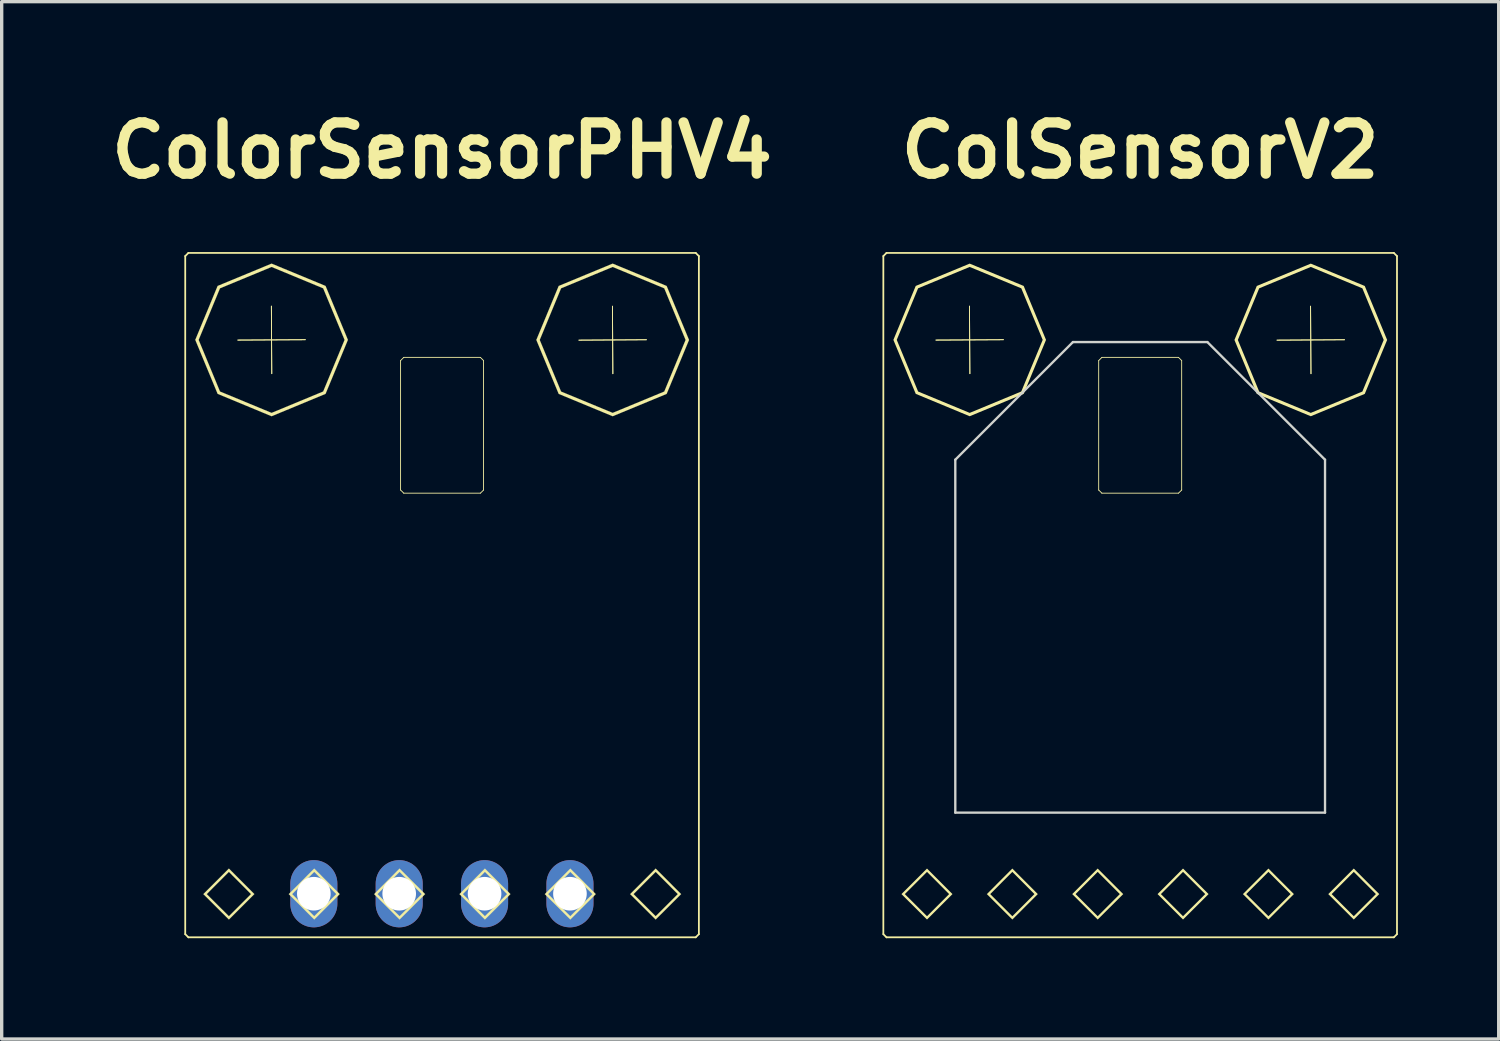
<source format=kicad_pcb>
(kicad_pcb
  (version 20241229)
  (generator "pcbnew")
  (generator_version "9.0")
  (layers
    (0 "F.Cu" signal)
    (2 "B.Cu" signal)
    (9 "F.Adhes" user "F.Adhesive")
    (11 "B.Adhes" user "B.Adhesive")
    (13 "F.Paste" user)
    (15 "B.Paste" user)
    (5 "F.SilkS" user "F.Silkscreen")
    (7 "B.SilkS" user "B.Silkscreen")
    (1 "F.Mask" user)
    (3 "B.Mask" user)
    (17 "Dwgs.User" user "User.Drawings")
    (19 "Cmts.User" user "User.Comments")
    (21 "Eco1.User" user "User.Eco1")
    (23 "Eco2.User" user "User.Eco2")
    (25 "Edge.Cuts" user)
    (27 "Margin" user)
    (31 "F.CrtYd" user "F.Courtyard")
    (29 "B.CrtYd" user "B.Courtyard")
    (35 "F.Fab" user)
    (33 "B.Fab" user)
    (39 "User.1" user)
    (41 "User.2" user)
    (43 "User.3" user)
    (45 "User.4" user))
  (footprint "ColSensorV2"
    (layer "F.Cu")
    (at 30.872 14.656)
    (property "Reference" "ColSensorV2" (at 0 -13.229 0) (layer "F.SilkS") (effects (font (size 1.524 1.524) (thickness 0.305))))
    (attr smd)
    (fp_line (start -7.641 -10.087) (end -7.547 -10.181) (stroke (width 0.053) (type solid)) (layer "F.SilkS"))
    (fp_line (start -7.641 10.087) (end -7.641 -10.087) (stroke (width 0.053) (type solid)) (layer "F.SilkS"))
    (fp_line (start -7.547 -10.181) (end 7.547 -10.181) (stroke (width 0.053) (type solid)) (layer "F.SilkS"))
    (fp_line (start -7.547 10.181) (end -7.641 10.087) (stroke (width 0.053) (type solid)) (layer "F.SilkS"))
    (fp_line (start -6.076 -7.588) (end -4.068 -7.599) (stroke (width 0.026) (type solid)) (layer "F.SilkS"))
    (fp_line (start -5.078 -8.597) (end -5.066 -6.589) (stroke (width 0.026) (type solid)) (layer "F.SilkS"))
    (fp_line (start -5.066 -6.589) (end -5.078 -8.597) (stroke (width 0.026) (type solid)) (layer "F.SilkS"))
    (fp_line (start -4.068 -7.599) (end -6.076 -7.588) (stroke (width 0.026) (type solid)) (layer "F.SilkS"))
    (fp_line (start -1.234 -6.978) (end -1.139 -7.073) (stroke (width 0.026) (type solid)) (layer "F.SilkS"))
    (fp_line (start -1.234 -3.127) (end -1.234 -6.978) (stroke (width 0.026) (type solid)) (layer "F.SilkS"))
    (fp_line (start -1.139 -7.073) (end 1.14 -7.073) (stroke (width 0.026) (type solid)) (layer "F.SilkS"))
    (fp_line (start -1.139 -3.033) (end -1.234 -3.127) (stroke (width 0.026) (type solid)) (layer "F.SilkS"))
    (fp_line (start 1.14 -7.073) (end 1.235 -6.978) (stroke (width 0.026) (type solid)) (layer "F.SilkS"))
    (fp_line (start 1.14 -3.033) (end -1.139 -3.033) (stroke (width 0.026) (type solid)) (layer "F.SilkS"))
    (fp_line (start 1.235 -6.978) (end 1.235 -3.127) (stroke (width 0.026) (type solid)) (layer "F.SilkS"))
    (fp_line (start 1.235 -3.127) (end 1.14 -3.033) (stroke (width 0.026) (type solid)) (layer "F.SilkS"))
    (fp_line (start 4.072 -7.586) (end 6.08 -7.598) (stroke (width 0.026) (type solid)) (layer "F.SilkS"))
    (fp_line (start 5.07 -8.596) (end 5.082 -6.588) (stroke (width 0.026) (type solid)) (layer "F.SilkS"))
    (fp_line (start 5.082 -6.588) (end 5.07 -8.596) (stroke (width 0.026) (type solid)) (layer "F.SilkS"))
    (fp_line (start 6.08 -7.598) (end 4.072 -7.586) (stroke (width 0.026) (type solid)) (layer "F.SilkS"))
    (fp_line (start 7.547 -10.181) (end 7.641 -10.087) (stroke (width 0.053) (type solid)) (layer "F.SilkS"))
    (fp_line (start 7.547 10.181) (end -7.547 10.181) (stroke (width 0.053) (type solid)) (layer "F.SilkS"))
    (fp_line (start 7.641 -10.087) (end 7.641 10.087) (stroke (width 0.053) (type solid)) (layer "F.SilkS"))
    (fp_line (start 7.641 10.087) (end 7.547 10.181) (stroke (width 0.053) (type solid)) (layer "F.SilkS"))
    (fp_poly (pts (xy -6.342 8.135) (xy -6.342 8.234) (xy -5.684 8.895) (xy -6.342 9.553) (xy -7.002 8.895) (xy -6.342 8.234) (xy -6.342 8.135) (xy -7.102 8.895) (xy -6.342 9.652) (xy -5.584 8.895) (xy -6.342 8.135)) (stroke (width 0) (type solid)) (fill yes) (layer "F.SilkS"))
    (fp_poly (pts (xy -3.803 8.135) (xy -3.803 8.234) (xy -3.145 8.895) (xy -3.803 9.553) (xy -4.461 8.895) (xy -3.803 8.234) (xy -3.803 8.135) (xy -4.561 8.895) (xy -3.803 9.652) (xy -3.045 8.895) (xy -3.803 8.135)) (stroke (width 0) (type solid)) (fill yes) (layer "F.SilkS"))
    (fp_poly (pts (xy -1.264 8.135) (xy -1.264 8.234) (xy -0.605 8.895) (xy -1.264 9.553) (xy -1.922 8.895) (xy -1.264 8.234) (xy -1.264 8.135) (xy -2.021 8.895) (xy -1.264 9.652) (xy -0.504 8.895) (xy -1.264 8.135)) (stroke (width 0) (type solid)) (fill yes) (layer "F.SilkS"))
    (fp_poly (pts (xy 1.275 8.135) (xy 1.275 8.234) (xy 1.936 8.895) (xy 1.275 9.553) (xy 0.617 8.895) (xy 1.275 8.234) (xy 1.275 8.135) (xy 0.518 8.895) (xy 1.275 9.652) (xy 2.035 8.895) (xy 1.275 8.135)) (stroke (width 0) (type solid)) (fill yes) (layer "F.SilkS"))
    (fp_poly (pts (xy 3.816 8.135) (xy 3.816 8.234) (xy 4.475 8.895) (xy 3.816 9.553) (xy 3.156 8.895) (xy 3.816 8.234) (xy 3.816 8.135) (xy 3.057 8.895) (xy 3.816 9.652) (xy 4.574 8.895) (xy 3.816 8.135)) (stroke (width 0) (type solid)) (fill yes) (layer "F.SilkS"))
    (fp_poly (pts (xy 6.355 8.135) (xy 6.355 8.234) (xy 7.014 8.895) (xy 6.355 9.553) (xy 5.697 8.895) (xy 6.355 8.234) (xy 6.355 8.135) (xy 5.596 8.895) (xy 6.355 9.652) (xy 7.113 8.895) (xy 6.355 8.135)) (stroke (width 0) (type solid)) (fill yes) (layer "F.SilkS"))
    (fp_poly (pts (xy -5.072 -9.863) (xy -5.072 -9.764) (xy -3.537 -9.128) (xy -2.9 -7.594) (xy -3.537 -6.058) (xy -5.072 -5.422) (xy -6.607 -6.058) (xy -7.242 -7.594) (xy -6.607 -9.128) (xy -5.072 -9.764) (xy -5.072 -9.863) (xy -6.677 -9.199) (xy -7.342 -7.594) (xy -6.677 -5.988) (xy -5.072 -5.322) (xy -3.466 -5.988) (xy -2.801 -7.594) (xy -3.466 -9.199) (xy -5.072 -9.863)) (stroke (width 0) (type solid)) (fill yes) (layer "F.SilkS"))
    (fp_poly (pts (xy 5.076 -9.863) (xy 5.076 -9.764) (xy 6.611 -9.128) (xy 7.246 -7.592) (xy 6.611 -6.057) (xy 5.076 -5.422) (xy 3.541 -6.057) (xy 2.906 -7.592) (xy 3.541 -9.128) (xy 5.076 -9.764) (xy 5.076 -9.863) (xy 3.47 -9.198) (xy 2.805 -7.592) (xy 3.47 -5.987) (xy 5.076 -5.322) (xy 6.682 -5.987) (xy 7.348 -7.592) (xy 6.682 -9.198) (xy 5.076 -9.863)) (stroke (width 0) (type solid)) (fill yes) (layer "F.SilkS"))
    (fp_line (start -5.5 -4.029) (end -5.5 6.471) (stroke (width 0.07) (type solid)) (layer "Edge.Cuts"))
    (fp_line (start -5.5 6.471) (end 5.5 6.471) (stroke (width 0.07) (type solid)) (layer "Edge.Cuts"))
    (fp_line (start -2 -7.529) (end -5.5 -4.029) (stroke (width 0.07) (type solid)) (layer "Edge.Cuts"))
    (fp_line (start 2 -7.529) (end -2 -7.529) (stroke (width 0.07) (type solid)) (layer "Edge.Cuts"))
    (fp_line (start 5.5 -4.029) (end 2 -7.529) (stroke (width 0.07) (type solid)) (layer "Edge.Cuts"))
    (fp_line (start 5.5 6.471) (end 5.5 -4.029) (stroke (width 0.07) (type solid)) (layer "Edge.Cuts")))
  (footprint "ColorSensorPHV4"
    (layer "F.Cu")
    (at 10.102 14.656)
    (property "Reference" "ColorSensorPHV4" (at 0 -13.229 0) (layer "F.SilkS") (effects (font (size 1.524 1.524) (thickness 0.305))))
    (attr through_hole)
    (fp_line (start -7.641 -10.087) (end -7.547 -10.181) (stroke (width 0.053) (type solid)) (layer "F.SilkS"))
    (fp_line (start -7.641 10.087) (end -7.641 -10.087) (stroke (width 0.053) (type solid)) (layer "F.SilkS"))
    (fp_line (start -7.547 -10.181) (end 7.547 -10.181) (stroke (width 0.053) (type solid)) (layer "F.SilkS"))
    (fp_line (start -7.547 10.181) (end -7.641 10.087) (stroke (width 0.053) (type solid)) (layer "F.SilkS"))
    (fp_line (start -6.076 -7.588) (end -4.068 -7.599) (stroke (width 0.026) (type solid)) (layer "F.SilkS"))
    (fp_line (start -5.078 -8.597) (end -5.066 -6.589) (stroke (width 0.026) (type solid)) (layer "F.SilkS"))
    (fp_line (start -5.066 -6.589) (end -5.078 -8.597) (stroke (width 0.026) (type solid)) (layer "F.SilkS"))
    (fp_line (start -4.068 -7.599) (end -6.076 -7.588) (stroke (width 0.026) (type solid)) (layer "F.SilkS"))
    (fp_line (start -1.234 -6.978) (end -1.139 -7.073) (stroke (width 0.026) (type solid)) (layer "F.SilkS"))
    (fp_line (start -1.234 -3.127) (end -1.234 -6.978) (stroke (width 0.026) (type solid)) (layer "F.SilkS"))
    (fp_line (start -1.139 -7.073) (end 1.14 -7.073) (stroke (width 0.026) (type solid)) (layer "F.SilkS"))
    (fp_line (start -1.139 -3.033) (end -1.234 -3.127) (stroke (width 0.026) (type solid)) (layer "F.SilkS"))
    (fp_line (start 1.14 -3.033) (end -1.139 -3.033) (stroke (width 0.026) (type solid)) (layer "F.SilkS"))
    (fp_line (start 1.14 -7.073) (end 1.235 -6.978) (stroke (width 0.026) (type solid)) (layer "F.SilkS"))
    (fp_line (start 1.235 -6.978) (end 1.235 -3.127) (stroke (width 0.026) (type solid)) (layer "F.SilkS"))
    (fp_line (start 1.235 -3.127) (end 1.14 -3.033) (stroke (width 0.026) (type solid)) (layer "F.SilkS"))
    (fp_line (start 4.072 -7.586) (end 6.08 -7.598) (stroke (width 0.026) (type solid)) (layer "F.SilkS"))
    (fp_line (start 5.07 -8.596) (end 5.082 -6.588) (stroke (width 0.026) (type solid)) (layer "F.SilkS"))
    (fp_line (start 5.082 -6.588) (end 5.07 -8.596) (stroke (width 0.026) (type solid)) (layer "F.SilkS"))
    (fp_line (start 6.08 -7.598) (end 4.072 -7.586) (stroke (width 0.026) (type solid)) (layer "F.SilkS"))
    (fp_line (start 7.547 -10.181) (end 7.641 -10.087) (stroke (width 0.053) (type solid)) (layer "F.SilkS"))
    (fp_line (start 7.547 10.181) (end -7.547 10.181) (stroke (width 0.053) (type solid)) (layer "F.SilkS"))
    (fp_line (start 7.641 -10.087) (end 7.641 10.087) (stroke (width 0.053) (type solid)) (layer "F.SilkS"))
    (fp_line (start 7.641 10.087) (end 7.547 10.181) (stroke (width 0.053) (type solid)) (layer "F.SilkS"))
    (fp_poly (pts (xy -6.342 8.135) (xy -6.342 8.234) (xy -5.684 8.895) (xy -6.342 9.553) (xy -7.002 8.895) (xy -6.342 8.234) (xy -6.342 8.135) (xy -7.102 8.895) (xy -6.342 9.652) (xy -5.584 8.895) (xy -6.342 8.135)) (stroke (width 0.003) (type solid)) (fill yes) (layer "F.SilkS"))
    (fp_poly (pts (xy -3.803 8.135) (xy -3.803 8.234) (xy -3.145 8.895) (xy -3.803 9.553) (xy -4.461 8.895) (xy -3.803 8.234) (xy -3.803 8.135) (xy -4.561 8.895) (xy -3.803 9.652) (xy -3.045 8.895) (xy -3.803 8.135)) (stroke (width 0.003) (type solid)) (fill yes) (layer "F.SilkS"))
    (fp_poly (pts (xy -1.264 8.135) (xy -1.264 8.234) (xy -0.605 8.895) (xy -1.264 9.553) (xy -1.922 8.895) (xy -1.264 8.234) (xy -1.264 8.135) (xy -2.021 8.895) (xy -1.264 9.652) (xy -0.504 8.895) (xy -1.264 8.135)) (stroke (width 0.003) (type solid)) (fill yes) (layer "F.SilkS"))
    (fp_poly (pts (xy 1.275 8.135) (xy 1.275 8.234) (xy 1.936 8.895) (xy 1.275 9.553) (xy 0.617 8.895) (xy 1.275 8.234) (xy 1.275 8.135) (xy 0.518 8.895) (xy 1.275 9.652) (xy 2.035 8.895) (xy 1.275 8.135)) (stroke (width 0.003) (type solid)) (fill yes) (layer "F.SilkS"))
    (fp_poly (pts (xy 3.816 8.135) (xy 3.816 8.234) (xy 4.475 8.895) (xy 3.816 9.553) (xy 3.156 8.895) (xy 3.816 8.234) (xy 3.816 8.135) (xy 3.057 8.895) (xy 3.816 9.652) (xy 4.574 8.895) (xy 3.816 8.135)) (stroke (width 0.003) (type solid)) (fill yes) (layer "F.SilkS"))
    (fp_poly (pts (xy 6.355 8.135) (xy 6.355 8.234) (xy 7.014 8.895) (xy 6.355 9.553) (xy 5.697 8.895) (xy 6.355 8.234) (xy 6.355 8.135) (xy 5.596 8.895) (xy 6.355 9.652) (xy 7.113 8.895) (xy 6.355 8.135)) (stroke (width 0.003) (type solid)) (fill yes) (layer "F.SilkS"))
    (fp_poly (pts (xy -5.072 -9.863) (xy -5.072 -9.764) (xy -3.537 -9.128) (xy -2.9 -7.594) (xy -3.537 -6.058) (xy -5.072 -5.422) (xy -6.607 -6.058) (xy -7.242 -7.594) (xy -6.607 -9.128) (xy -5.072 -9.764) (xy -5.072 -9.863) (xy -6.677 -9.199) (xy -7.342 -7.594) (xy -6.677 -5.988) (xy -5.072 -5.322) (xy -3.466 -5.988) (xy -2.801 -7.594) (xy -3.466 -9.199) (xy -5.072 -9.863)) (stroke (width 0.003) (type solid)) (fill yes) (layer "F.SilkS"))
    (fp_poly (pts (xy 5.076 -9.863) (xy 5.076 -9.764) (xy 6.611 -9.128) (xy 7.246 -7.592) (xy 6.611 -6.057) (xy 5.076 -5.422) (xy 3.541 -6.057) (xy 2.906 -7.592) (xy 3.541 -9.128) (xy 5.076 -9.764) (xy 5.076 -9.863) (xy 3.47 -9.198) (xy 2.805 -7.592) (xy 3.47 -5.987) (xy 5.076 -5.322) (xy 6.682 -5.987) (xy 7.348 -7.592) (xy 6.682 -9.198) (xy 5.076 -9.863)) (stroke (width 0.003) (type solid)) (fill yes) (layer "F.SilkS"))
    (pad "1" thru_hole oval (at 3.805 8.884 180) (size 1.4 2) (drill 1) (layers "*.Cu" "*.Mask"))
    (pad "2" thru_hole oval (at 1.265 8.884 180) (size 1.4 2) (drill 1) (layers "*.Cu" "*.Mask"))
    (pad "3" thru_hole oval (at -1.275 8.884 180) (size 1.4 2) (drill 1) (layers "*.Cu" "*.Mask"))
    (pad "4" thru_hole oval (at -3.815 8.884 180) (size 1.4 2) (drill 1) (layers "*.Cu" "*.Mask")))
  (gr_rect
    (start -3 -3)
    (end 41.539 27.863)
    (stroke (width 0.1) (type default))
    (fill no)
    (layer "Edge.Cuts")))
</source>
